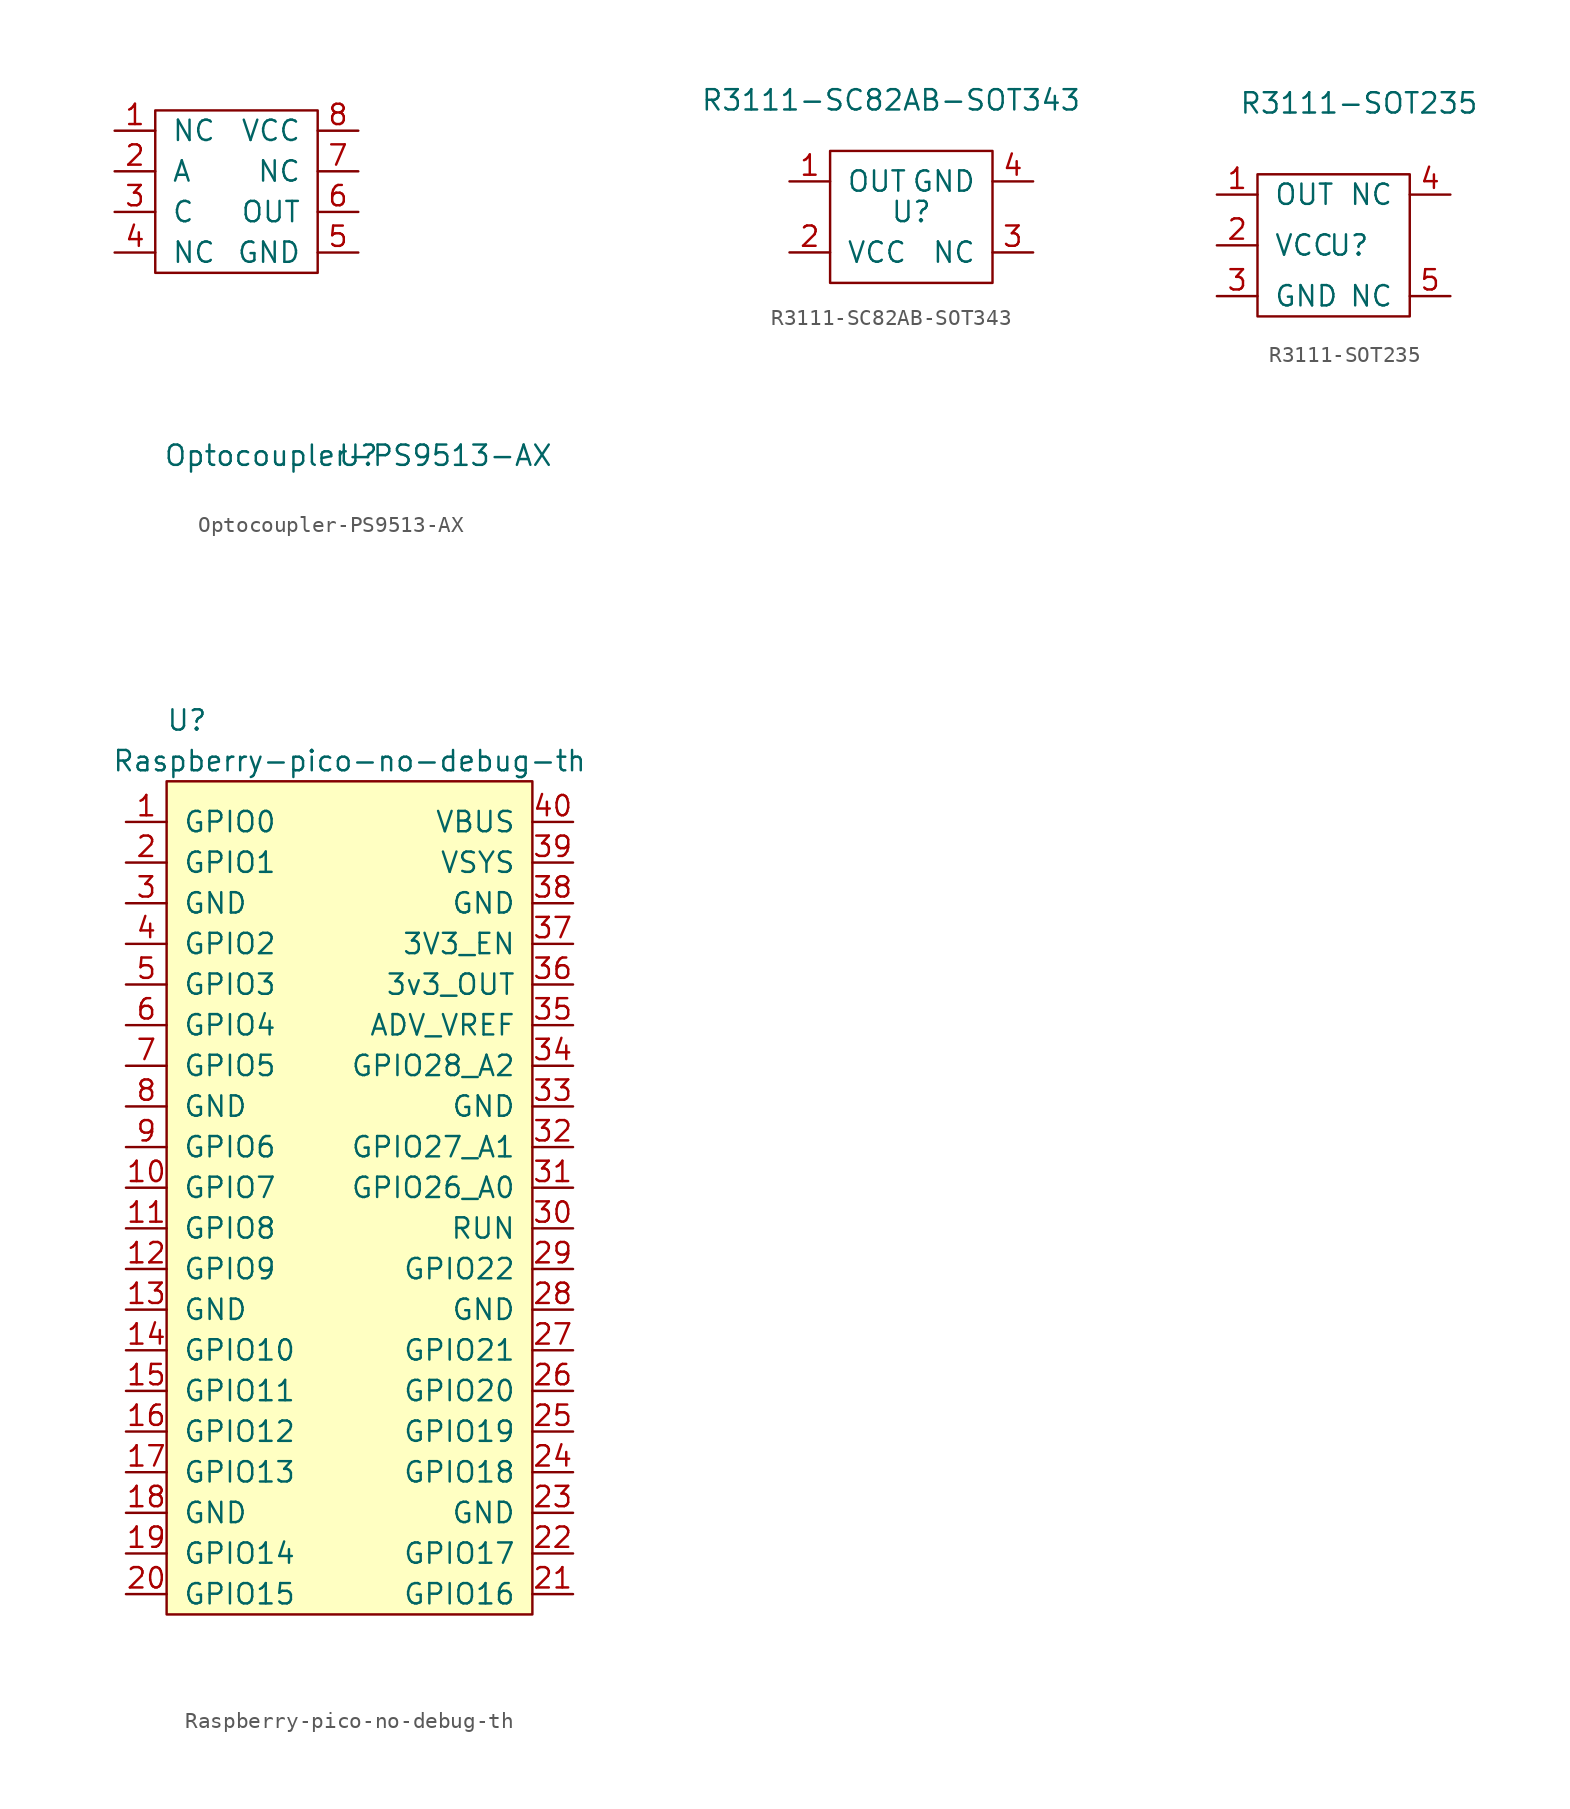
<source format=kicad_sym>
(kicad_symbol_lib
  (version 20231120)
  (generator "kicad_symbol_editor")
  (generator_version "8.0")
  (symbol "Optocoupler-PS9513-AX"
    (pin_names
      (offset 1.016))
    (property "Reference" "U"
      (at 0 0 0)
      (effects (font (size 1.27 1.27))))
    (property "Value" "Optocoupler-PS9513-AX"
      (at 0 0 0)
      (effects (font (size 1.27 1.27))))
    (symbol "Optocoupler-PS9513-AX_0_1"
      (rectangle (start -12.7 21.59) (end -2.54 11.43) (stroke (width 0) (type default)) (fill (type none))))
    (symbol "Optocoupler-PS9513-AX_1_1"
      (pin input line (at -15.24 20.32 0) (length 2.54) (name "NC" (effects (font (size 1.27 1.27)))) (number "1" (effects (font (size 1.27 1.27)))))
      (pin input line (at -15.24 17.78 0) (length 2.54) (name "A" (effects (font (size 1.27 1.27)))) (number "2" (effects (font (size 1.27 1.27)))))
      (pin input line (at -15.24 15.24 0) (length 2.54) (name "C" (effects (font (size 1.27 1.27)))) (number "3" (effects (font (size 1.27 1.27)))))
      (pin input line (at -15.24 12.7 0) (length 2.54) (name "NC" (effects (font (size 1.27 1.27)))) (number "4" (effects (font (size 1.27 1.27)))))
      (pin input line (at 0 12.7 180) (length 2.54) (name "GND" (effects (font (size 1.27 1.27)))) (number "5" (effects (font (size 1.27 1.27)))))
      (pin input line (at 0 15.24 180) (length 2.54) (name "OUT" (effects (font (size 1.27 1.27)))) (number "6" (effects (font (size 1.27 1.27)))))
      (pin input line (at 0 17.78 180) (length 2.54) (name "NC" (effects (font (size 1.27 1.27)))) (number "7" (effects (font (size 1.27 1.27)))))
      (pin input line (at 0 20.32 180) (length 2.54) (name "VCC" (effects (font (size 1.27 1.27)))) (number "8" (effects (font (size 1.27 1.27)))))))
  (symbol "R3111-SC82AB-SOT343"
    (pin_names
      (offset 1.016))
    (property "Reference" "U"
      (at 0 0 0)
      (effects (font (size 1.27 1.27))))
    (property "Value" "R3111-SC82AB-SOT343"
      (at -1.27 6.985 0)
      (effects (font (size 1.27 1.27))))
    (symbol "R3111-SC82AB-SOT343_0_1"
      (polyline (pts (xy -5.08 3.81) (xy -5.08 -4.445) (xy 5.08 -4.445) (xy 5.08 3.81) (xy -5.08 3.81)) (stroke (width 0) (type default)) (fill (type none))))
    (symbol "R3111-SC82AB-SOT343_1_1"
      (pin passive line (at -7.62 1.905 0) (length 2.54) (name "OUT" (effects (font (size 1.27 1.27)))) (number "1" (effects (font (size 1.27 1.27)))))
      (pin passive line (at -7.62 -2.54 0) (length 2.54) (name "VCC" (effects (font (size 1.27 1.27)))) (number "2" (effects (font (size 1.27 1.27)))))
      (pin passive line (at 7.62 -2.54 180) (length 2.54) (name "NC" (effects (font (size 1.27 1.27)))) (number "3" (effects (font (size 1.27 1.27)))))
      (pin passive line (at 7.62 1.905 180) (length 2.54) (name "GND" (effects (font (size 1.27 1.27)))) (number "4" (effects (font (size 1.27 1.27)))))))
  (symbol "R3111-SOT235"
    (pin_names
      (offset 1.016))
    (property "Reference" "U"
      (at 0 0 0)
      (effects (font (size 1.27 1.27))))
    (property "Value" "R3111-SOT235"
      (at 0.635 8.89 0)
      (effects (font (size 1.27 1.27))))
    (symbol "R3111-SOT235_0_1"
      (rectangle (start -5.715 4.445) (end 3.81 -4.445) (stroke (width 0) (type default)) (fill (type none))))
    (symbol "R3111-SOT235_1_1"
      (pin passive line (at -8.255 3.175 0) (length 2.54) (name "OUT" (effects (font (size 1.27 1.27)))) (number "1" (effects (font (size 1.27 1.27)))))
      (pin passive line (at -8.255 0 0) (length 2.54) (name "VCC" (effects (font (size 1.27 1.27)))) (number "2" (effects (font (size 1.27 1.27)))))
      (pin passive line (at -8.255 -3.175 0) (length 2.54) (name "GND" (effects (font (size 1.27 1.27)))) (number "3" (effects (font (size 1.27 1.27)))))
      (pin passive line (at 6.35 3.175 180) (length 2.54) (name "NC" (effects (font (size 1.27 1.27)))) (number "4" (effects (font (size 1.27 1.27)))))
      (pin passive line (at 6.35 -3.175 180) (length 2.54) (name "NC" (effects (font (size 1.27 1.27)))) (number "5" (effects (font (size 1.27 1.27)))))))
  (symbol "Raspberry-pico-no-debug-th"
    (pin_names
      (offset 1.016))
    (property "Reference" "U"
      (at -10.16 3.81 0)
      (effects (font (size 1.27 1.27))))
    (property "Value" "Raspberry-pico-no-debug-th"
      (at 0 1.27 0)
      (effects (font (size 1.27 1.27))))
    (symbol "Raspberry-pico-no-debug-th_0_1"
      (rectangle (start -11.43 0) (end 11.43 -52.07) (stroke (width 0) (type default)) (fill (type background))))
    (symbol "Raspberry-pico-no-debug-th_1_1"
      (pin passive line (at -13.97 -2.54 0) (length 2.54) (name "GPIO0" (effects (font (size 1.27 1.27)))) (number "1" (effects (font (size 1.27 1.27)))))
      (pin passive line (at -13.97 -25.4 0) (length 2.54) (name "GPIO7" (effects (font (size 1.27 1.27)))) (number "10" (effects (font (size 1.27 1.27)))))
      (pin passive line (at -13.97 -27.94 0) (length 2.54) (name "GPIO8" (effects (font (size 1.27 1.27)))) (number "11" (effects (font (size 1.27 1.27)))))
      (pin passive line (at -13.97 -30.48 0) (length 2.54) (name "GPIO9" (effects (font (size 1.27 1.27)))) (number "12" (effects (font (size 1.27 1.27)))))
      (pin passive line (at -13.97 -33.02 0) (length 2.54) (name "GND" (effects (font (size 1.27 1.27)))) (number "13" (effects (font (size 1.27 1.27)))))
      (pin passive line (at -13.97 -35.56 0) (length 2.54) (name "GPIO10" (effects (font (size 1.27 1.27)))) (number "14" (effects (font (size 1.27 1.27)))))
      (pin passive line (at -13.97 -38.1 0) (length 2.54) (name "GPIO11" (effects (font (size 1.27 1.27)))) (number "15" (effects (font (size 1.27 1.27)))))
      (pin passive line (at -13.97 -40.64 0) (length 2.54) (name "GPIO12" (effects (font (size 1.27 1.27)))) (number "16" (effects (font (size 1.27 1.27)))))
      (pin passive line (at -13.97 -43.18 0) (length 2.54) (name "GPIO13" (effects (font (size 1.27 1.27)))) (number "17" (effects (font (size 1.27 1.27)))))
      (pin passive line (at -13.97 -45.72 0) (length 2.54) (name "GND" (effects (font (size 1.27 1.27)))) (number "18" (effects (font (size 1.27 1.27)))))
      (pin passive line (at -13.97 -48.26 0) (length 2.54) (name "GPIO14" (effects (font (size 1.27 1.27)))) (number "19" (effects (font (size 1.27 1.27)))))
      (pin passive line (at -13.97 -5.08 0) (length 2.54) (name "GPIO1" (effects (font (size 1.27 1.27)))) (number "2" (effects (font (size 1.27 1.27)))))
      (pin passive line (at -13.97 -50.8 0) (length 2.54) (name "GPIO15" (effects (font (size 1.27 1.27)))) (number "20" (effects (font (size 1.27 1.27)))))
      (pin passive line (at 13.97 -50.8 180) (length 2.54) (name "GPIO16" (effects (font (size 1.27 1.27)))) (number "21" (effects (font (size 1.27 1.27)))))
      (pin passive line (at 13.97 -48.26 180) (length 2.54) (name "GPIO17" (effects (font (size 1.27 1.27)))) (number "22" (effects (font (size 1.27 1.27)))))
      (pin passive line (at 13.97 -45.72 180) (length 2.54) (name "GND" (effects (font (size 1.27 1.27)))) (number "23" (effects (font (size 1.27 1.27)))))
      (pin passive line (at 13.97 -43.18 180) (length 2.54) (name "GPIO18" (effects (font (size 1.27 1.27)))) (number "24" (effects (font (size 1.27 1.27)))))
      (pin passive line (at 13.97 -40.64 180) (length 2.54) (name "GPIO19" (effects (font (size 1.27 1.27)))) (number "25" (effects (font (size 1.27 1.27)))))
      (pin passive line (at 13.97 -38.1 180) (length 2.54) (name "GPIO20" (effects (font (size 1.27 1.27)))) (number "26" (effects (font (size 1.27 1.27)))))
      (pin passive line (at 13.97 -35.56 180) (length 2.54) (name "GPIO21" (effects (font (size 1.27 1.27)))) (number "27" (effects (font (size 1.27 1.27)))))
      (pin passive line (at 13.97 -33.02 180) (length 2.54) (name "GND" (effects (font (size 1.27 1.27)))) (number "28" (effects (font (size 1.27 1.27)))))
      (pin passive line (at 13.97 -30.48 180) (length 2.54) (name "GPIO22" (effects (font (size 1.27 1.27)))) (number "29" (effects (font (size 1.27 1.27)))))
      (pin passive line (at -13.97 -7.62 0) (length 2.54) (name "GND" (effects (font (size 1.27 1.27)))) (number "3" (effects (font (size 1.27 1.27)))))
      (pin passive line (at 13.97 -27.94 180) (length 2.54) (name "RUN" (effects (font (size 1.27 1.27)))) (number "30" (effects (font (size 1.27 1.27)))))
      (pin passive line (at 13.97 -25.4 180) (length 2.54) (name "GPIO26_A0" (effects (font (size 1.27 1.27)))) (number "31" (effects (font (size 1.27 1.27)))))
      (pin passive line (at 13.97 -22.86 180) (length 2.54) (name "GPIO27_A1" (effects (font (size 1.27 1.27)))) (number "32" (effects (font (size 1.27 1.27)))))
      (pin passive line (at 13.97 -20.32 180) (length 2.54) (name "GND" (effects (font (size 1.27 1.27)))) (number "33" (effects (font (size 1.27 1.27)))))
      (pin passive line (at 13.97 -17.78 180) (length 2.54) (name "GPIO28_A2" (effects (font (size 1.27 1.27)))) (number "34" (effects (font (size 1.27 1.27)))))
      (pin passive line (at 13.97 -15.24 180) (length 2.54) (name "ADV_VREF" (effects (font (size 1.27 1.27)))) (number "35" (effects (font (size 1.27 1.27)))))
      (pin passive line (at 13.97 -12.7 180) (length 2.54) (name "3v3_OUT" (effects (font (size 1.27 1.27)))) (number "36" (effects (font (size 1.27 1.27)))))
      (pin passive line (at 13.97 -10.16 180) (length 2.54) (name "3V3_EN" (effects (font (size 1.27 1.27)))) (number "37" (effects (font (size 1.27 1.27)))))
      (pin passive line (at 13.97 -7.62 180) (length 2.54) (name "GND" (effects (font (size 1.27 1.27)))) (number "38" (effects (font (size 1.27 1.27)))))
      (pin passive line (at 13.97 -5.08 180) (length 2.54) (name "VSYS" (effects (font (size 1.27 1.27)))) (number "39" (effects (font (size 1.27 1.27)))))
      (pin passive line (at -13.97 -10.16 0) (length 2.54) (name "GPIO2" (effects (font (size 1.27 1.27)))) (number "4" (effects (font (size 1.27 1.27)))))
      (pin passive line (at 13.97 -2.54 180) (length 2.54) (name "VBUS" (effects (font (size 1.27 1.27)))) (number "40" (effects (font (size 1.27 1.27)))))
      (pin passive line (at -13.97 -12.7 0) (length 2.54) (name "GPIO3" (effects (font (size 1.27 1.27)))) (number "5" (effects (font (size 1.27 1.27)))))
      (pin passive line (at -13.97 -15.24 0) (length 2.54) (name "GPIO4" (effects (font (size 1.27 1.27)))) (number "6" (effects (font (size 1.27 1.27)))))
      (pin passive line (at -13.97 -17.78 0) (length 2.54) (name "GPIO5" (effects (font (size 1.27 1.27)))) (number "7" (effects (font (size 1.27 1.27)))))
      (pin passive line (at -13.97 -20.32 0) (length 2.54) (name "GND" (effects (font (size 1.27 1.27)))) (number "8" (effects (font (size 1.27 1.27)))))
      (pin passive line (at -13.97 -22.86 0) (length 2.54) (name "GPIO6" (effects (font (size 1.27 1.27)))) (number "9" (effects (font (size 1.27 1.27))))))))
</source>
